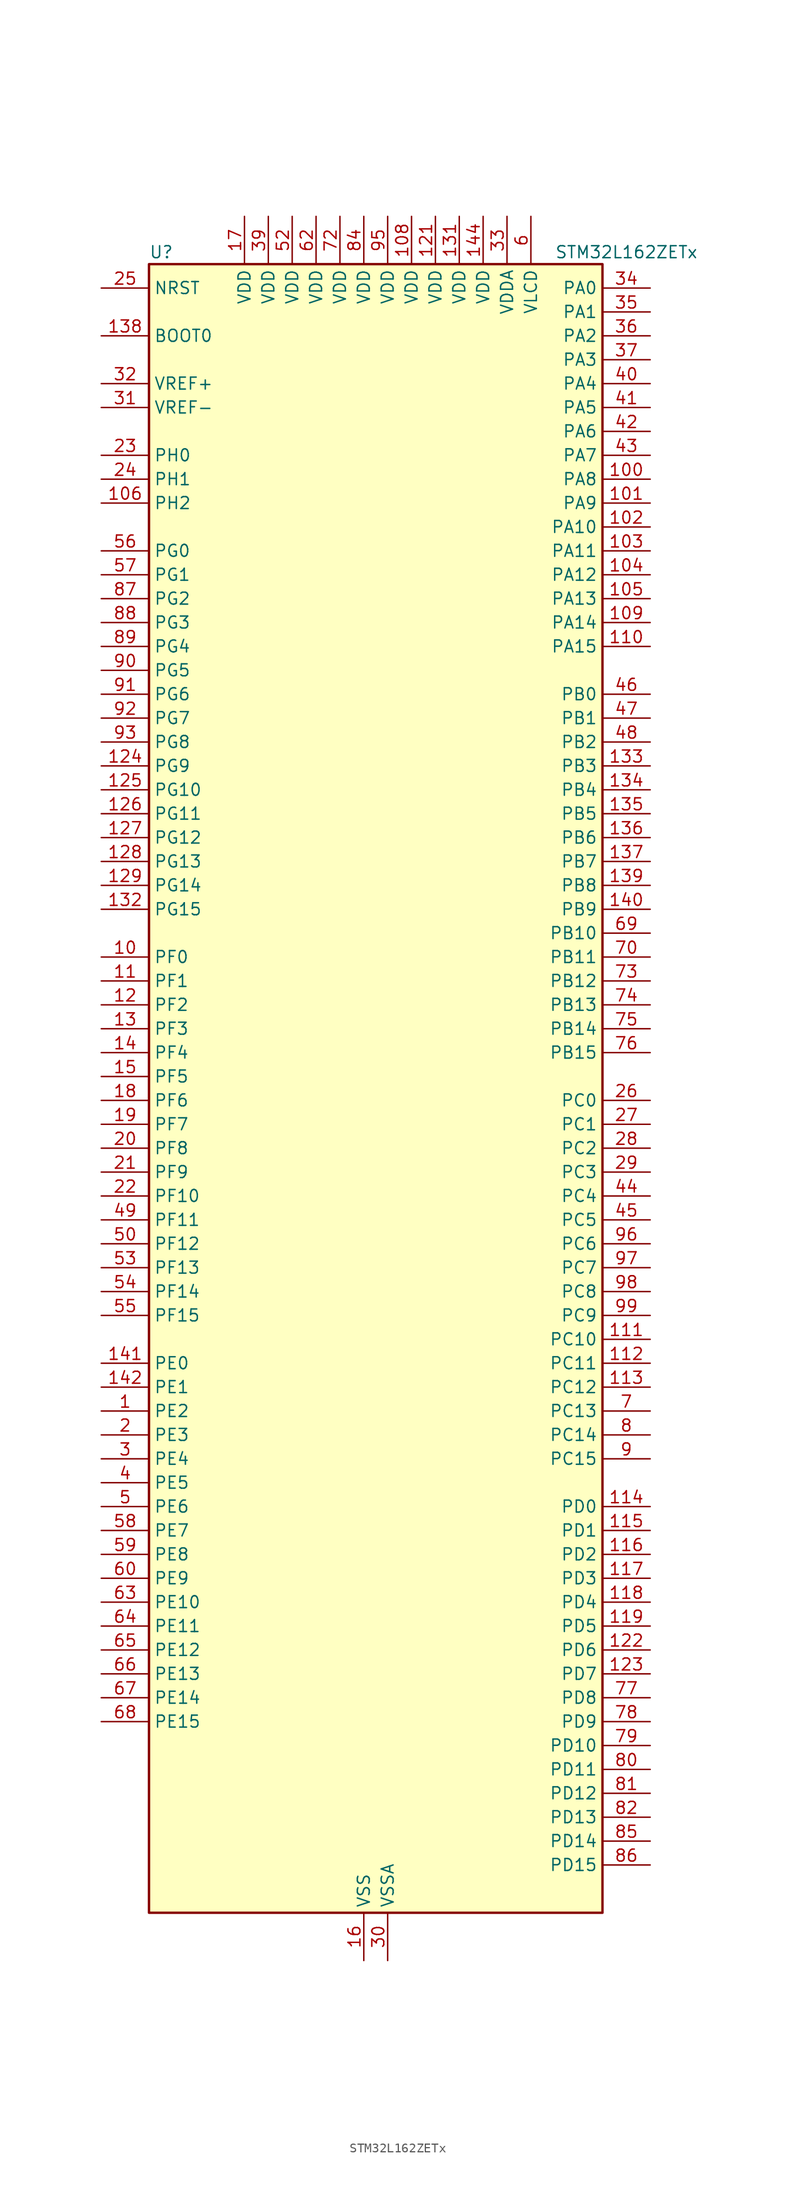
<source format=kicad_sym>
(kicad_symbol_lib
  (version 20231120)
  (generator "kicad_symbol_editor")
  (generator_version "8.0")
  (symbol "STM32L162ZETx"
    (property "Reference" "U"
      (at -22.86 90.17 0)
      (effects (font (size 1.27 1.27)) (justify left)))
    (property "Value" "STM32L162ZETx"
      (at 20.32 90.17 0)
      (effects (font (size 1.27 1.27)) (justify left)))
    (property "ki_locked" ""
      (at 0 0 0)
      (effects (font (size 1.27 1.27))))
    (symbol "STM32L162ZETx_0_1"
      (rectangle (start -22.86 -86.36) (end 25.4 88.9) (stroke (width 0.254) (type default)) (fill (type background))))
    (symbol "STM32L162ZETx_1_1"
      (pin bidirectional line (at -27.94 -33.02 0) (length 5.08) (name "PE2" (effects (font (size 1.27 1.27)))) (number "1" (effects (font (size 1.27 1.27)))) (alternate "LCD_SEG38" bidirectional line) (alternate "SYS_TRACECK" bidirectional line) (alternate "TIM3_ETR" bidirectional line) (alternate "TIMX_IC3" bidirectional line))
      (pin bidirectional line (at -27.94 15.24 0) (length 5.08) (name "PF0" (effects (font (size 1.27 1.27)))) (number "10" (effects (font (size 1.27 1.27)))))
      (pin bidirectional line (at 30.48 66.04 180) (length 5.08) (name "PA8" (effects (font (size 1.27 1.27)))) (number "100" (effects (font (size 1.27 1.27)))) (alternate "LCD_COM0" bidirectional line) (alternate "RCC_MCO" bidirectional line) (alternate "TIMX_IC1" bidirectional line) (alternate "TS_G4_IO1" bidirectional line) (alternate "USART1_CK" bidirectional line))
      (pin bidirectional line (at 30.48 63.5 180) (length 5.08) (name "PA9" (effects (font (size 1.27 1.27)))) (number "101" (effects (font (size 1.27 1.27)))) (alternate "DAC_EXTI9" bidirectional line) (alternate "LCD_COM1" bidirectional line) (alternate "TIMX_IC2" bidirectional line) (alternate "TS_G4_IO2" bidirectional line) (alternate "USART1_TX" bidirectional line))
      (pin bidirectional line (at 30.48 60.96 180) (length 5.08) (name "PA10" (effects (font (size 1.27 1.27)))) (number "102" (effects (font (size 1.27 1.27)))) (alternate "LCD_COM2" bidirectional line) (alternate "TIMX_IC3" bidirectional line) (alternate "TS_G4_IO3" bidirectional line) (alternate "USART1_RX" bidirectional line))
      (pin bidirectional line (at 30.48 58.42 180) (length 5.08) (name "PA11" (effects (font (size 1.27 1.27)))) (number "103" (effects (font (size 1.27 1.27)))) (alternate "ADC_EXTI11" bidirectional line) (alternate "SPI1_MISO" bidirectional line) (alternate "TIMX_IC4" bidirectional line) (alternate "USART1_CTS" bidirectional line) (alternate "USB_DM" bidirectional line))
      (pin bidirectional line (at 30.48 55.88 180) (length 5.08) (name "PA12" (effects (font (size 1.27 1.27)))) (number "104" (effects (font (size 1.27 1.27)))) (alternate "SPI1_MOSI" bidirectional line) (alternate "TIMX_IC1" bidirectional line) (alternate "USART1_RTS" bidirectional line) (alternate "USB_DP" bidirectional line))
      (pin bidirectional line (at 30.48 53.34 180) (length 5.08) (name "PA13" (effects (font (size 1.27 1.27)))) (number "105" (effects (font (size 1.27 1.27)))) (alternate "SYS_JTMS-SWDIO" bidirectional line) (alternate "TIMX_IC2" bidirectional line) (alternate "TS_G5_IO1" bidirectional line))
      (pin bidirectional line (at -27.94 63.5 0) (length 5.08) (name "PH2" (effects (font (size 1.27 1.27)))) (number "106" (effects (font (size 1.27 1.27)))))
      (pin passive line (at 0 -91.44 90) (length 5.08) hide (name "VSS" (effects (font (size 1.27 1.27)))) (number "107" (effects (font (size 1.27 1.27)))))
      (pin power_in line (at 5.08 93.98 270) (length 5.08) (name "VDD" (effects (font (size 1.27 1.27)))) (number "108" (effects (font (size 1.27 1.27)))))
      (pin bidirectional line (at 30.48 50.8 180) (length 5.08) (name "PA14" (effects (font (size 1.27 1.27)))) (number "109" (effects (font (size 1.27 1.27)))) (alternate "SYS_JTCK-SWCLK" bidirectional line) (alternate "TIMX_IC3" bidirectional line) (alternate "TS_G5_IO2" bidirectional line))
      (pin bidirectional line (at -27.94 12.7 0) (length 5.08) (name "PF1" (effects (font (size 1.27 1.27)))) (number "11" (effects (font (size 1.27 1.27)))))
      (pin bidirectional line (at 30.48 48.26 180) (length 5.08) (name "PA15" (effects (font (size 1.27 1.27)))) (number "110" (effects (font (size 1.27 1.27)))) (alternate "ADC_EXTI15" bidirectional line) (alternate "I2S3_WS" bidirectional line) (alternate "LCD_SEG17" bidirectional line) (alternate "SPI1_NSS" bidirectional line) (alternate "SPI3_NSS" bidirectional line) (alternate "SYS_JTDI" bidirectional line) (alternate "TIM2_CH1" bidirectional line) (alternate "TIM2_ETR" bidirectional line) (alternate "TIMX_IC4" bidirectional line) (alternate "TS_G5_IO3" bidirectional line))
      (pin bidirectional line (at 30.48 -25.4 180) (length 5.08) (name "PC10" (effects (font (size 1.27 1.27)))) (number "111" (effects (font (size 1.27 1.27)))) (alternate "I2S3_CK" bidirectional line) (alternate "LCD_COM4" bidirectional line) (alternate "LCD_SEG28" bidirectional line) (alternate "LCD_SEG40" bidirectional line) (alternate "SPI3_SCK" bidirectional line) (alternate "TIMX_IC3" bidirectional line) (alternate "UART4_TX" bidirectional line) (alternate "USART3_TX" bidirectional line))
      (pin bidirectional line (at 30.48 -27.94 180) (length 5.08) (name "PC11" (effects (font (size 1.27 1.27)))) (number "112" (effects (font (size 1.27 1.27)))) (alternate "ADC_EXTI11" bidirectional line) (alternate "LCD_COM5" bidirectional line) (alternate "LCD_SEG29" bidirectional line) (alternate "LCD_SEG41" bidirectional line) (alternate "SPI3_MISO" bidirectional line) (alternate "TIMX_IC4" bidirectional line) (alternate "UART4_RX" bidirectional line) (alternate "USART3_RX" bidirectional line))
      (pin bidirectional line (at 30.48 -30.48 180) (length 5.08) (name "PC12" (effects (font (size 1.27 1.27)))) (number "113" (effects (font (size 1.27 1.27)))) (alternate "I2S3_SD" bidirectional line) (alternate "LCD_COM6" bidirectional line) (alternate "LCD_SEG30" bidirectional line) (alternate "LCD_SEG42" bidirectional line) (alternate "SPI3_MOSI" bidirectional line) (alternate "TIMX_IC1" bidirectional line) (alternate "UART5_TX" bidirectional line) (alternate "USART3_CK" bidirectional line))
      (pin bidirectional line (at 30.48 -43.18 180) (length 5.08) (name "PD0" (effects (font (size 1.27 1.27)))) (number "114" (effects (font (size 1.27 1.27)))) (alternate "I2S2_WS" bidirectional line) (alternate "SPI2_NSS" bidirectional line) (alternate "TIM9_CH1" bidirectional line) (alternate "TIMX_IC1" bidirectional line))
      (pin bidirectional line (at 30.48 -45.72 180) (length 5.08) (name "PD1" (effects (font (size 1.27 1.27)))) (number "115" (effects (font (size 1.27 1.27)))) (alternate "I2S2_CK" bidirectional line) (alternate "SPI2_SCK" bidirectional line) (alternate "TIMX_IC2" bidirectional line))
      (pin bidirectional line (at 30.48 -48.26 180) (length 5.08) (name "PD2" (effects (font (size 1.27 1.27)))) (number "116" (effects (font (size 1.27 1.27)))) (alternate "LCD_COM7" bidirectional line) (alternate "LCD_SEG31" bidirectional line) (alternate "LCD_SEG43" bidirectional line) (alternate "TIM3_ETR" bidirectional line) (alternate "TIMX_IC3" bidirectional line) (alternate "UART5_RX" bidirectional line))
      (pin bidirectional line (at 30.48 -50.8 180) (length 5.08) (name "PD3" (effects (font (size 1.27 1.27)))) (number "117" (effects (font (size 1.27 1.27)))) (alternate "SPI2_MISO" bidirectional line) (alternate "TIMX_IC4" bidirectional line) (alternate "USART2_CTS" bidirectional line))
      (pin bidirectional line (at 30.48 -53.34 180) (length 5.08) (name "PD4" (effects (font (size 1.27 1.27)))) (number "118" (effects (font (size 1.27 1.27)))) (alternate "I2S2_SD" bidirectional line) (alternate "SPI2_MOSI" bidirectional line) (alternate "TIMX_IC1" bidirectional line) (alternate "USART2_RTS" bidirectional line))
      (pin bidirectional line (at 30.48 -55.88 180) (length 5.08) (name "PD5" (effects (font (size 1.27 1.27)))) (number "119" (effects (font (size 1.27 1.27)))) (alternate "TIMX_IC2" bidirectional line) (alternate "USART2_TX" bidirectional line))
      (pin bidirectional line (at -27.94 10.16 0) (length 5.08) (name "PF2" (effects (font (size 1.27 1.27)))) (number "12" (effects (font (size 1.27 1.27)))))
      (pin passive line (at 0 -91.44 90) (length 5.08) hide (name "VSS" (effects (font (size 1.27 1.27)))) (number "120" (effects (font (size 1.27 1.27)))))
      (pin power_in line (at 7.62 93.98 270) (length 5.08) (name "VDD" (effects (font (size 1.27 1.27)))) (number "121" (effects (font (size 1.27 1.27)))))
      (pin bidirectional line (at 30.48 -58.42 180) (length 5.08) (name "PD6" (effects (font (size 1.27 1.27)))) (number "122" (effects (font (size 1.27 1.27)))) (alternate "TIMX_IC3" bidirectional line) (alternate "USART2_RX" bidirectional line))
      (pin bidirectional line (at 30.48 -60.96 180) (length 5.08) (name "PD7" (effects (font (size 1.27 1.27)))) (number "123" (effects (font (size 1.27 1.27)))) (alternate "TIM9_CH2" bidirectional line) (alternate "TIMX_IC4" bidirectional line) (alternate "USART2_CK" bidirectional line))
      (pin bidirectional line (at -27.94 35.56 0) (length 5.08) (name "PG9" (effects (font (size 1.27 1.27)))) (number "124" (effects (font (size 1.27 1.27)))) (alternate "DAC_EXTI9" bidirectional line))
      (pin bidirectional line (at -27.94 33.02 0) (length 5.08) (name "PG10" (effects (font (size 1.27 1.27)))) (number "125" (effects (font (size 1.27 1.27)))))
      (pin bidirectional line (at -27.94 30.48 0) (length 5.08) (name "PG11" (effects (font (size 1.27 1.27)))) (number "126" (effects (font (size 1.27 1.27)))) (alternate "ADC_EXTI11" bidirectional line))
      (pin bidirectional line (at -27.94 27.94 0) (length 5.08) (name "PG12" (effects (font (size 1.27 1.27)))) (number "127" (effects (font (size 1.27 1.27)))))
      (pin bidirectional line (at -27.94 25.4 0) (length 5.08) (name "PG13" (effects (font (size 1.27 1.27)))) (number "128" (effects (font (size 1.27 1.27)))))
      (pin bidirectional line (at -27.94 22.86 0) (length 5.08) (name "PG14" (effects (font (size 1.27 1.27)))) (number "129" (effects (font (size 1.27 1.27)))))
      (pin bidirectional line (at -27.94 7.62 0) (length 5.08) (name "PF3" (effects (font (size 1.27 1.27)))) (number "13" (effects (font (size 1.27 1.27)))))
      (pin passive line (at 0 -91.44 90) (length 5.08) hide (name "VSS" (effects (font (size 1.27 1.27)))) (number "130" (effects (font (size 1.27 1.27)))))
      (pin power_in line (at 10.16 93.98 270) (length 5.08) (name "VDD" (effects (font (size 1.27 1.27)))) (number "131" (effects (font (size 1.27 1.27)))))
      (pin bidirectional line (at -27.94 20.32 0) (length 5.08) (name "PG15" (effects (font (size 1.27 1.27)))) (number "132" (effects (font (size 1.27 1.27)))) (alternate "ADC_EXTI15" bidirectional line))
      (pin bidirectional line (at 30.48 35.56 180) (length 5.08) (name "PB3" (effects (font (size 1.27 1.27)))) (number "133" (effects (font (size 1.27 1.27)))) (alternate "COMP2_INM" bidirectional line) (alternate "I2S3_CK" bidirectional line) (alternate "LCD_SEG7" bidirectional line) (alternate "SPI1_SCK" bidirectional line) (alternate "SPI3_SCK" bidirectional line) (alternate "SYS_JTDO-TRACESWO" bidirectional line) (alternate "TIM2_CH2" bidirectional line))
      (pin bidirectional line (at 30.48 33.02 180) (length 5.08) (name "PB4" (effects (font (size 1.27 1.27)))) (number "134" (effects (font (size 1.27 1.27)))) (alternate "COMP2_INP" bidirectional line) (alternate "LCD_SEG8" bidirectional line) (alternate "SPI1_MISO" bidirectional line) (alternate "SPI3_MISO" bidirectional line) (alternate "SYS_JTRST" bidirectional line) (alternate "TIM3_CH1" bidirectional line) (alternate "TS_G6_IO1" bidirectional line))
      (pin bidirectional line (at 30.48 30.48 180) (length 5.08) (name "PB5" (effects (font (size 1.27 1.27)))) (number "135" (effects (font (size 1.27 1.27)))) (alternate "COMP2_INP" bidirectional line) (alternate "I2C1_SMBA" bidirectional line) (alternate "I2S3_SD" bidirectional line) (alternate "LCD_SEG9" bidirectional line) (alternate "SPI1_MOSI" bidirectional line) (alternate "SPI3_MOSI" bidirectional line) (alternate "TIM3_CH2" bidirectional line) (alternate "TS_G6_IO2" bidirectional line))
      (pin bidirectional line (at 30.48 27.94 180) (length 5.08) (name "PB6" (effects (font (size 1.27 1.27)))) (number "136" (effects (font (size 1.27 1.27)))) (alternate "COMP2_INP" bidirectional line) (alternate "I2C1_SCL" bidirectional line) (alternate "TIM4_CH1" bidirectional line) (alternate "TS_G6_IO3" bidirectional line) (alternate "USART1_TX" bidirectional line))
      (pin bidirectional line (at 30.48 25.4 180) (length 5.08) (name "PB7" (effects (font (size 1.27 1.27)))) (number "137" (effects (font (size 1.27 1.27)))) (alternate "COMP2_INP" bidirectional line) (alternate "I2C1_SDA" bidirectional line) (alternate "SYS_PVD_IN" bidirectional line) (alternate "TIM4_CH2" bidirectional line) (alternate "TS_G6_IO4" bidirectional line) (alternate "USART1_RX" bidirectional line))
      (pin input line (at -27.94 81.28 0) (length 5.08) (name "BOOT0" (effects (font (size 1.27 1.27)))) (number "138" (effects (font (size 1.27 1.27)))))
      (pin bidirectional line (at 30.48 22.86 180) (length 5.08) (name "PB8" (effects (font (size 1.27 1.27)))) (number "139" (effects (font (size 1.27 1.27)))) (alternate "I2C1_SCL" bidirectional line) (alternate "LCD_SEG16" bidirectional line) (alternate "TIM10_CH1" bidirectional line) (alternate "TIM4_CH3" bidirectional line))
      (pin bidirectional line (at -27.94 5.08 0) (length 5.08) (name "PF4" (effects (font (size 1.27 1.27)))) (number "14" (effects (font (size 1.27 1.27)))))
      (pin bidirectional line (at 30.48 20.32 180) (length 5.08) (name "PB9" (effects (font (size 1.27 1.27)))) (number "140" (effects (font (size 1.27 1.27)))) (alternate "DAC_EXTI9" bidirectional line) (alternate "I2C1_SDA" bidirectional line) (alternate "LCD_COM3" bidirectional line) (alternate "TIM11_CH1" bidirectional line) (alternate "TIM4_CH4" bidirectional line))
      (pin bidirectional line (at -27.94 -27.94 0) (length 5.08) (name "PE0" (effects (font (size 1.27 1.27)))) (number "141" (effects (font (size 1.27 1.27)))) (alternate "LCD_SEG36" bidirectional line) (alternate "TIM10_CH1" bidirectional line) (alternate "TIM4_ETR" bidirectional line) (alternate "TIMX_IC1" bidirectional line))
      (pin bidirectional line (at -27.94 -30.48 0) (length 5.08) (name "PE1" (effects (font (size 1.27 1.27)))) (number "142" (effects (font (size 1.27 1.27)))) (alternate "LCD_SEG37" bidirectional line) (alternate "TIM11_CH1" bidirectional line) (alternate "TIMX_IC2" bidirectional line))
      (pin passive line (at 0 -91.44 90) (length 5.08) hide (name "VSS" (effects (font (size 1.27 1.27)))) (number "143" (effects (font (size 1.27 1.27)))))
      (pin power_in line (at 12.7 93.98 270) (length 5.08) (name "VDD" (effects (font (size 1.27 1.27)))) (number "144" (effects (font (size 1.27 1.27)))))
      (pin bidirectional line (at -27.94 2.54 0) (length 5.08) (name "PF5" (effects (font (size 1.27 1.27)))) (number "15" (effects (font (size 1.27 1.27)))))
      (pin power_in line (at 0 -91.44 90) (length 5.08) (name "VSS" (effects (font (size 1.27 1.27)))) (number "16" (effects (font (size 1.27 1.27)))))
      (pin power_in line (at -12.7 93.98 270) (length 5.08) (name "VDD" (effects (font (size 1.27 1.27)))) (number "17" (effects (font (size 1.27 1.27)))))
      (pin bidirectional line (at -27.94 0 0) (length 5.08) (name "PF6" (effects (font (size 1.27 1.27)))) (number "18" (effects (font (size 1.27 1.27)))) (alternate "ADC_IN27" bidirectional line) (alternate "TIM5_CH1" bidirectional line) (alternate "TIM5_ETR" bidirectional line) (alternate "TS_G11_IO1" bidirectional line))
      (pin bidirectional line (at -27.94 -2.54 0) (length 5.08) (name "PF7" (effects (font (size 1.27 1.27)))) (number "19" (effects (font (size 1.27 1.27)))) (alternate "ADC_IN28" bidirectional line) (alternate "COMP1_INP" bidirectional line) (alternate "TIM5_CH2" bidirectional line) (alternate "TS_G11_IO2" bidirectional line))
      (pin bidirectional line (at -27.94 -35.56 0) (length 5.08) (name "PE3" (effects (font (size 1.27 1.27)))) (number "2" (effects (font (size 1.27 1.27)))) (alternate "LCD_SEG39" bidirectional line) (alternate "SYS_TRACED0" bidirectional line) (alternate "TIM3_CH1" bidirectional line) (alternate "TIMX_IC4" bidirectional line))
      (pin bidirectional line (at -27.94 -5.08 0) (length 5.08) (name "PF8" (effects (font (size 1.27 1.27)))) (number "20" (effects (font (size 1.27 1.27)))) (alternate "ADC_IN29" bidirectional line) (alternate "COMP1_INP" bidirectional line) (alternate "TIM5_CH3" bidirectional line) (alternate "TS_G11_IO3" bidirectional line))
      (pin bidirectional line (at -27.94 -7.62 0) (length 5.08) (name "PF9" (effects (font (size 1.27 1.27)))) (number "21" (effects (font (size 1.27 1.27)))) (alternate "ADC_IN30" bidirectional line) (alternate "COMP1_INP" bidirectional line) (alternate "DAC_EXTI9" bidirectional line) (alternate "TIM5_CH4" bidirectional line) (alternate "TS_G11_IO4" bidirectional line))
      (pin bidirectional line (at -27.94 -10.16 0) (length 5.08) (name "PF10" (effects (font (size 1.27 1.27)))) (number "22" (effects (font (size 1.27 1.27)))) (alternate "ADC_IN31" bidirectional line) (alternate "COMP1_INP" bidirectional line) (alternate "TS_G11_IO5" bidirectional line))
      (pin bidirectional line (at -27.94 68.58 0) (length 5.08) (name "PH0" (effects (font (size 1.27 1.27)))) (number "23" (effects (font (size 1.27 1.27)))) (alternate "RCC_OSC_IN" bidirectional line))
      (pin bidirectional line (at -27.94 66.04 0) (length 5.08) (name "PH1" (effects (font (size 1.27 1.27)))) (number "24" (effects (font (size 1.27 1.27)))) (alternate "RCC_OSC_OUT" bidirectional line))
      (pin input line (at -27.94 86.36 0) (length 5.08) (name "NRST" (effects (font (size 1.27 1.27)))) (number "25" (effects (font (size 1.27 1.27)))))
      (pin bidirectional line (at 30.48 0 180) (length 5.08) (name "PC0" (effects (font (size 1.27 1.27)))) (number "26" (effects (font (size 1.27 1.27)))) (alternate "ADC_IN10" bidirectional line) (alternate "COMP1_INP" bidirectional line) (alternate "LCD_SEG18" bidirectional line) (alternate "TIMX_IC1" bidirectional line) (alternate "TS_G8_IO1" bidirectional line))
      (pin bidirectional line (at 30.48 -2.54 180) (length 5.08) (name "PC1" (effects (font (size 1.27 1.27)))) (number "27" (effects (font (size 1.27 1.27)))) (alternate "ADC_IN11" bidirectional line) (alternate "COMP1_INP" bidirectional line) (alternate "LCD_SEG19" bidirectional line) (alternate "TIMX_IC2" bidirectional line) (alternate "TS_G8_IO2" bidirectional line))
      (pin bidirectional line (at 30.48 -5.08 180) (length 5.08) (name "PC2" (effects (font (size 1.27 1.27)))) (number "28" (effects (font (size 1.27 1.27)))) (alternate "ADC_IN12" bidirectional line) (alternate "COMP1_INP" bidirectional line) (alternate "LCD_SEG20" bidirectional line) (alternate "TIMX_IC3" bidirectional line) (alternate "TS_G8_IO3" bidirectional line))
      (pin bidirectional line (at 30.48 -7.62 180) (length 5.08) (name "PC3" (effects (font (size 1.27 1.27)))) (number "29" (effects (font (size 1.27 1.27)))) (alternate "ADC_IN13" bidirectional line) (alternate "COMP1_INP" bidirectional line) (alternate "LCD_SEG21" bidirectional line) (alternate "TIMX_IC4" bidirectional line) (alternate "TS_G8_IO4" bidirectional line))
      (pin bidirectional line (at -27.94 -38.1 0) (length 5.08) (name "PE4" (effects (font (size 1.27 1.27)))) (number "3" (effects (font (size 1.27 1.27)))) (alternate "SYS_TRACED1" bidirectional line) (alternate "TIM3_CH2" bidirectional line) (alternate "TIMX_IC1" bidirectional line))
      (pin power_in line (at 2.54 -91.44 90) (length 5.08) (name "VSSA" (effects (font (size 1.27 1.27)))) (number "30" (effects (font (size 1.27 1.27)))))
      (pin input line (at -27.94 73.66 0) (length 5.08) (name "VREF-" (effects (font (size 1.27 1.27)))) (number "31" (effects (font (size 1.27 1.27)))))
      (pin input line (at -27.94 76.2 0) (length 5.08) (name "VREF+" (effects (font (size 1.27 1.27)))) (number "32" (effects (font (size 1.27 1.27)))))
      (pin power_in line (at 15.24 93.98 270) (length 5.08) (name "VDDA" (effects (font (size 1.27 1.27)))) (number "33" (effects (font (size 1.27 1.27)))))
      (pin bidirectional line (at 30.48 86.36 180) (length 5.08) (name "PA0" (effects (font (size 1.27 1.27)))) (number "34" (effects (font (size 1.27 1.27)))) (alternate "ADC_IN0" bidirectional line) (alternate "COMP1_INP" bidirectional line) (alternate "RTC_TAMP2" bidirectional line) (alternate "SYS_WKUP1" bidirectional line) (alternate "TIM2_CH1" bidirectional line) (alternate "TIM2_ETR" bidirectional line) (alternate "TIM5_CH1" bidirectional line) (alternate "TIMX_IC1" bidirectional line) (alternate "TS_G1_IO1" bidirectional line) (alternate "USART2_CTS" bidirectional line))
      (pin bidirectional line (at 30.48 83.82 180) (length 5.08) (name "PA1" (effects (font (size 1.27 1.27)))) (number "35" (effects (font (size 1.27 1.27)))) (alternate "ADC_IN1" bidirectional line) (alternate "COMP1_INP" bidirectional line) (alternate "LCD_SEG0" bidirectional line) (alternate "OPAMP1_VINP" bidirectional line) (alternate "TIM2_CH2" bidirectional line) (alternate "TIM5_CH2" bidirectional line) (alternate "TIMX_IC2" bidirectional line) (alternate "TS_G1_IO2" bidirectional line) (alternate "USART2_RTS" bidirectional line))
      (pin bidirectional line (at 30.48 81.28 180) (length 5.08) (name "PA2" (effects (font (size 1.27 1.27)))) (number "36" (effects (font (size 1.27 1.27)))) (alternate "ADC_IN2" bidirectional line) (alternate "COMP1_INP" bidirectional line) (alternate "LCD_SEG1" bidirectional line) (alternate "OPAMP1_VINM" bidirectional line) (alternate "TIM2_CH3" bidirectional line) (alternate "TIM5_CH3" bidirectional line) (alternate "TIM9_CH1" bidirectional line) (alternate "TIMX_IC3" bidirectional line) (alternate "TS_G1_IO3" bidirectional line) (alternate "USART2_TX" bidirectional line))
      (pin bidirectional line (at 30.48 78.74 180) (length 5.08) (name "PA3" (effects (font (size 1.27 1.27)))) (number "37" (effects (font (size 1.27 1.27)))) (alternate "ADC_IN3" bidirectional line) (alternate "COMP1_INP" bidirectional line) (alternate "LCD_SEG2" bidirectional line) (alternate "OPAMP1_VOUT" bidirectional line) (alternate "TIM2_CH4" bidirectional line) (alternate "TIM5_CH4" bidirectional line) (alternate "TIM9_CH2" bidirectional line) (alternate "TIMX_IC4" bidirectional line) (alternate "TS_G1_IO4" bidirectional line) (alternate "USART2_RX" bidirectional line))
      (pin passive line (at 0 -91.44 90) (length 5.08) hide (name "VSS" (effects (font (size 1.27 1.27)))) (number "38" (effects (font (size 1.27 1.27)))))
      (pin power_in line (at -10.16 93.98 270) (length 5.08) (name "VDD" (effects (font (size 1.27 1.27)))) (number "39" (effects (font (size 1.27 1.27)))))
      (pin bidirectional line (at -27.94 -40.64 0) (length 5.08) (name "PE5" (effects (font (size 1.27 1.27)))) (number "4" (effects (font (size 1.27 1.27)))) (alternate "SYS_TRACED2" bidirectional line) (alternate "TIM9_CH1" bidirectional line) (alternate "TIMX_IC2" bidirectional line))
      (pin bidirectional line (at 30.48 76.2 180) (length 5.08) (name "PA4" (effects (font (size 1.27 1.27)))) (number "40" (effects (font (size 1.27 1.27)))) (alternate "ADC_IN4" bidirectional line) (alternate "COMP1_INP" bidirectional line) (alternate "DAC_OUT1" bidirectional line) (alternate "I2S3_WS" bidirectional line) (alternate "SPI1_NSS" bidirectional line) (alternate "SPI3_NSS" bidirectional line) (alternate "TIMX_IC1" bidirectional line) (alternate "USART2_CK" bidirectional line))
      (pin bidirectional line (at 30.48 73.66 180) (length 5.08) (name "PA5" (effects (font (size 1.27 1.27)))) (number "41" (effects (font (size 1.27 1.27)))) (alternate "ADC_IN5" bidirectional line) (alternate "COMP1_INP" bidirectional line) (alternate "DAC_OUT2" bidirectional line) (alternate "SPI1_SCK" bidirectional line) (alternate "TIM2_CH1" bidirectional line) (alternate "TIM2_ETR" bidirectional line) (alternate "TIMX_IC2" bidirectional line))
      (pin bidirectional line (at 30.48 71.12 180) (length 5.08) (name "PA6" (effects (font (size 1.27 1.27)))) (number "42" (effects (font (size 1.27 1.27)))) (alternate "ADC_IN6" bidirectional line) (alternate "COMP1_INP" bidirectional line) (alternate "LCD_SEG3" bidirectional line) (alternate "OPAMP2_VINP" bidirectional line) (alternate "SPI1_MISO" bidirectional line) (alternate "TIM10_CH1" bidirectional line) (alternate "TIM3_CH1" bidirectional line) (alternate "TIMX_IC3" bidirectional line) (alternate "TS_G2_IO1" bidirectional line))
      (pin bidirectional line (at 30.48 68.58 180) (length 5.08) (name "PA7" (effects (font (size 1.27 1.27)))) (number "43" (effects (font (size 1.27 1.27)))) (alternate "ADC_IN7" bidirectional line) (alternate "COMP1_INP" bidirectional line) (alternate "LCD_SEG4" bidirectional line) (alternate "OPAMP2_VINM" bidirectional line) (alternate "SPI1_MOSI" bidirectional line) (alternate "TIM11_CH1" bidirectional line) (alternate "TIM3_CH2" bidirectional line) (alternate "TIMX_IC4" bidirectional line) (alternate "TS_G2_IO2" bidirectional line))
      (pin bidirectional line (at 30.48 -10.16 180) (length 5.08) (name "PC4" (effects (font (size 1.27 1.27)))) (number "44" (effects (font (size 1.27 1.27)))) (alternate "ADC_IN14" bidirectional line) (alternate "COMP1_INP" bidirectional line) (alternate "LCD_SEG22" bidirectional line) (alternate "TIMX_IC1" bidirectional line) (alternate "TS_G9_IO1" bidirectional line))
      (pin bidirectional line (at 30.48 -12.7 180) (length 5.08) (name "PC5" (effects (font (size 1.27 1.27)))) (number "45" (effects (font (size 1.27 1.27)))) (alternate "ADC_IN15" bidirectional line) (alternate "COMP1_INP" bidirectional line) (alternate "LCD_SEG23" bidirectional line) (alternate "TIMX_IC2" bidirectional line) (alternate "TS_G9_IO2" bidirectional line))
      (pin bidirectional line (at 30.48 43.18 180) (length 5.08) (name "PB0" (effects (font (size 1.27 1.27)))) (number "46" (effects (font (size 1.27 1.27)))) (alternate "ADC_IN8" bidirectional line) (alternate "COMP1_INP" bidirectional line) (alternate "LCD_SEG5" bidirectional line) (alternate "OPAMP2_VOUT" bidirectional line) (alternate "SYS_V_REF_OUT" bidirectional line) (alternate "TIM3_CH3" bidirectional line) (alternate "TS_G3_IO1" bidirectional line))
      (pin bidirectional line (at 30.48 40.64 180) (length 5.08) (name "PB1" (effects (font (size 1.27 1.27)))) (number "47" (effects (font (size 1.27 1.27)))) (alternate "ADC_IN9" bidirectional line) (alternate "COMP1_INP" bidirectional line) (alternate "LCD_SEG6" bidirectional line) (alternate "SYS_V_REF_OUT" bidirectional line) (alternate "TIM3_CH4" bidirectional line) (alternate "TS_G3_IO2" bidirectional line))
      (pin bidirectional line (at 30.48 38.1 180) (length 5.08) (name "PB2" (effects (font (size 1.27 1.27)))) (number "48" (effects (font (size 1.27 1.27)))) (alternate "ADC_IN0b" bidirectional line) (alternate "TS_G3_IO3" bidirectional line))
      (pin bidirectional line (at -27.94 -12.7 0) (length 5.08) (name "PF11" (effects (font (size 1.27 1.27)))) (number "49" (effects (font (size 1.27 1.27)))) (alternate "ADC_EXTI11" bidirectional line) (alternate "ADC_IN1b" bidirectional line) (alternate "TS_G3_IO4" bidirectional line))
      (pin bidirectional line (at -27.94 -43.18 0) (length 5.08) (name "PE6" (effects (font (size 1.27 1.27)))) (number "5" (effects (font (size 1.27 1.27)))) (alternate "RTC_TAMP3" bidirectional line) (alternate "SYS_TRACED3" bidirectional line) (alternate "SYS_WKUP3" bidirectional line) (alternate "TIM9_CH2" bidirectional line) (alternate "TIMX_IC3" bidirectional line))
      (pin bidirectional line (at -27.94 -15.24 0) (length 5.08) (name "PF12" (effects (font (size 1.27 1.27)))) (number "50" (effects (font (size 1.27 1.27)))) (alternate "ADC_IN2b" bidirectional line) (alternate "TS_G3_IO5" bidirectional line))
      (pin passive line (at 0 -91.44 90) (length 5.08) hide (name "VSS" (effects (font (size 1.27 1.27)))) (number "51" (effects (font (size 1.27 1.27)))))
      (pin power_in line (at -7.62 93.98 270) (length 5.08) (name "VDD" (effects (font (size 1.27 1.27)))) (number "52" (effects (font (size 1.27 1.27)))))
      (pin bidirectional line (at -27.94 -17.78 0) (length 5.08) (name "PF13" (effects (font (size 1.27 1.27)))) (number "53" (effects (font (size 1.27 1.27)))) (alternate "ADC_IN3b" bidirectional line) (alternate "TS_G9_IO3" bidirectional line))
      (pin bidirectional line (at -27.94 -20.32 0) (length 5.08) (name "PF14" (effects (font (size 1.27 1.27)))) (number "54" (effects (font (size 1.27 1.27)))) (alternate "ADC_IN6b" bidirectional line) (alternate "TS_G9_IO4" bidirectional line))
      (pin bidirectional line (at -27.94 -22.86 0) (length 5.08) (name "PF15" (effects (font (size 1.27 1.27)))) (number "55" (effects (font (size 1.27 1.27)))) (alternate "ADC_EXTI15" bidirectional line) (alternate "ADC_IN7b" bidirectional line) (alternate "TS_G2_IO3" bidirectional line))
      (pin bidirectional line (at -27.94 58.42 0) (length 5.08) (name "PG0" (effects (font (size 1.27 1.27)))) (number "56" (effects (font (size 1.27 1.27)))) (alternate "ADC_IN8b" bidirectional line) (alternate "TS_G2_IO4" bidirectional line))
      (pin bidirectional line (at -27.94 55.88 0) (length 5.08) (name "PG1" (effects (font (size 1.27 1.27)))) (number "57" (effects (font (size 1.27 1.27)))) (alternate "ADC_IN9b" bidirectional line) (alternate "TS_G2_IO5" bidirectional line))
      (pin bidirectional line (at -27.94 -45.72 0) (length 5.08) (name "PE7" (effects (font (size 1.27 1.27)))) (number "58" (effects (font (size 1.27 1.27)))) (alternate "ADC_IN22" bidirectional line) (alternate "COMP1_INP" bidirectional line) (alternate "TIMX_IC4" bidirectional line))
      (pin bidirectional line (at -27.94 -48.26 0) (length 5.08) (name "PE8" (effects (font (size 1.27 1.27)))) (number "59" (effects (font (size 1.27 1.27)))) (alternate "ADC_IN23" bidirectional line) (alternate "COMP1_INP" bidirectional line) (alternate "TIMX_IC1" bidirectional line))
      (pin power_in line (at 17.78 93.98 270) (length 5.08) (name "VLCD" (effects (font (size 1.27 1.27)))) (number "6" (effects (font (size 1.27 1.27)))))
      (pin bidirectional line (at -27.94 -50.8 0) (length 5.08) (name "PE9" (effects (font (size 1.27 1.27)))) (number "60" (effects (font (size 1.27 1.27)))) (alternate "ADC_IN24" bidirectional line) (alternate "COMP1_INP" bidirectional line) (alternate "DAC_EXTI9" bidirectional line) (alternate "TIM2_CH1" bidirectional line) (alternate "TIM2_ETR" bidirectional line) (alternate "TIMX_IC2" bidirectional line))
      (pin passive line (at 0 -91.44 90) (length 5.08) hide (name "VSS" (effects (font (size 1.27 1.27)))) (number "61" (effects (font (size 1.27 1.27)))))
      (pin power_in line (at -5.08 93.98 270) (length 5.08) (name "VDD" (effects (font (size 1.27 1.27)))) (number "62" (effects (font (size 1.27 1.27)))))
      (pin bidirectional line (at -27.94 -53.34 0) (length 5.08) (name "PE10" (effects (font (size 1.27 1.27)))) (number "63" (effects (font (size 1.27 1.27)))) (alternate "ADC_IN25" bidirectional line) (alternate "COMP1_INP" bidirectional line) (alternate "TIM2_CH2" bidirectional line) (alternate "TIMX_IC3" bidirectional line))
      (pin bidirectional line (at -27.94 -55.88 0) (length 5.08) (name "PE11" (effects (font (size 1.27 1.27)))) (number "64" (effects (font (size 1.27 1.27)))) (alternate "ADC_EXTI11" bidirectional line) (alternate "TIM2_CH3" bidirectional line) (alternate "TIMX_IC4" bidirectional line))
      (pin bidirectional line (at -27.94 -58.42 0) (length 5.08) (name "PE12" (effects (font (size 1.27 1.27)))) (number "65" (effects (font (size 1.27 1.27)))) (alternate "SPI1_NSS" bidirectional line) (alternate "TIM2_CH4" bidirectional line) (alternate "TIMX_IC1" bidirectional line))
      (pin bidirectional line (at -27.94 -60.96 0) (length 5.08) (name "PE13" (effects (font (size 1.27 1.27)))) (number "66" (effects (font (size 1.27 1.27)))) (alternate "SPI1_SCK" bidirectional line) (alternate "TIMX_IC2" bidirectional line))
      (pin bidirectional line (at -27.94 -63.5 0) (length 5.08) (name "PE14" (effects (font (size 1.27 1.27)))) (number "67" (effects (font (size 1.27 1.27)))) (alternate "SPI1_MISO" bidirectional line) (alternate "TIMX_IC3" bidirectional line))
      (pin bidirectional line (at -27.94 -66.04 0) (length 5.08) (name "PE15" (effects (font (size 1.27 1.27)))) (number "68" (effects (font (size 1.27 1.27)))) (alternate "ADC_EXTI15" bidirectional line) (alternate "SPI1_MOSI" bidirectional line) (alternate "TIMX_IC4" bidirectional line))
      (pin bidirectional line (at 30.48 17.78 180) (length 5.08) (name "PB10" (effects (font (size 1.27 1.27)))) (number "69" (effects (font (size 1.27 1.27)))) (alternate "I2C2_SCL" bidirectional line) (alternate "LCD_SEG10" bidirectional line) (alternate "TIM2_CH3" bidirectional line) (alternate "USART3_TX" bidirectional line))
      (pin bidirectional line (at 30.48 -33.02 180) (length 5.08) (name "PC13" (effects (font (size 1.27 1.27)))) (number "7" (effects (font (size 1.27 1.27)))) (alternate "RTC_OUT_ALARM" bidirectional line) (alternate "RTC_OUT_CALIB" bidirectional line) (alternate "RTC_TAMP1" bidirectional line) (alternate "RTC_TS" bidirectional line) (alternate "SYS_WKUP2" bidirectional line) (alternate "TIMX_IC2" bidirectional line))
      (pin bidirectional line (at 30.48 15.24 180) (length 5.08) (name "PB11" (effects (font (size 1.27 1.27)))) (number "70" (effects (font (size 1.27 1.27)))) (alternate "ADC_EXTI11" bidirectional line) (alternate "I2C2_SDA" bidirectional line) (alternate "LCD_SEG11" bidirectional line) (alternate "TIM2_CH4" bidirectional line) (alternate "USART3_RX" bidirectional line))
      (pin passive line (at 0 -91.44 90) (length 5.08) hide (name "VSS" (effects (font (size 1.27 1.27)))) (number "71" (effects (font (size 1.27 1.27)))))
      (pin power_in line (at -2.54 93.98 270) (length 5.08) (name "VDD" (effects (font (size 1.27 1.27)))) (number "72" (effects (font (size 1.27 1.27)))))
      (pin bidirectional line (at 30.48 12.7 180) (length 5.08) (name "PB12" (effects (font (size 1.27 1.27)))) (number "73" (effects (font (size 1.27 1.27)))) (alternate "ADC_IN18" bidirectional line) (alternate "COMP1_INP" bidirectional line) (alternate "I2C2_SMBA" bidirectional line) (alternate "I2S2_WS" bidirectional line) (alternate "LCD_SEG12" bidirectional line) (alternate "SPI2_NSS" bidirectional line) (alternate "TIM10_CH1" bidirectional line) (alternate "TS_G7_IO1" bidirectional line) (alternate "USART3_CK" bidirectional line))
      (pin bidirectional line (at 30.48 10.16 180) (length 5.08) (name "PB13" (effects (font (size 1.27 1.27)))) (number "74" (effects (font (size 1.27 1.27)))) (alternate "ADC_IN19" bidirectional line) (alternate "COMP1_INP" bidirectional line) (alternate "I2S2_CK" bidirectional line) (alternate "LCD_SEG13" bidirectional line) (alternate "SPI2_SCK" bidirectional line) (alternate "TIM9_CH1" bidirectional line) (alternate "TS_G7_IO2" bidirectional line) (alternate "USART3_CTS" bidirectional line))
      (pin bidirectional line (at 30.48 7.62 180) (length 5.08) (name "PB14" (effects (font (size 1.27 1.27)))) (number "75" (effects (font (size 1.27 1.27)))) (alternate "ADC_IN20" bidirectional line) (alternate "COMP1_INP" bidirectional line) (alternate "LCD_SEG14" bidirectional line) (alternate "SPI2_MISO" bidirectional line) (alternate "TIM9_CH2" bidirectional line) (alternate "TS_G7_IO3" bidirectional line) (alternate "USART3_RTS" bidirectional line))
      (pin bidirectional line (at 30.48 5.08 180) (length 5.08) (name "PB15" (effects (font (size 1.27 1.27)))) (number "76" (effects (font (size 1.27 1.27)))) (alternate "ADC_EXTI15" bidirectional line) (alternate "ADC_IN21" bidirectional line) (alternate "COMP1_INP" bidirectional line) (alternate "I2S2_SD" bidirectional line) (alternate "LCD_SEG15" bidirectional line) (alternate "RTC_REFIN" bidirectional line) (alternate "SPI2_MOSI" bidirectional line) (alternate "TIM11_CH1" bidirectional line) (alternate "TS_G7_IO4" bidirectional line))
      (pin bidirectional line (at 30.48 -63.5 180) (length 5.08) (name "PD8" (effects (font (size 1.27 1.27)))) (number "77" (effects (font (size 1.27 1.27)))) (alternate "LCD_SEG28" bidirectional line) (alternate "TIMX_IC1" bidirectional line) (alternate "USART3_TX" bidirectional line))
      (pin bidirectional line (at 30.48 -66.04 180) (length 5.08) (name "PD9" (effects (font (size 1.27 1.27)))) (number "78" (effects (font (size 1.27 1.27)))) (alternate "DAC_EXTI9" bidirectional line) (alternate "LCD_SEG29" bidirectional line) (alternate "TIMX_IC2" bidirectional line) (alternate "USART3_RX" bidirectional line))
      (pin bidirectional line (at 30.48 -68.58 180) (length 5.08) (name "PD10" (effects (font (size 1.27 1.27)))) (number "79" (effects (font (size 1.27 1.27)))) (alternate "LCD_SEG30" bidirectional line) (alternate "TIMX_IC3" bidirectional line) (alternate "USART3_CK" bidirectional line))
      (pin bidirectional line (at 30.48 -35.56 180) (length 5.08) (name "PC14" (effects (font (size 1.27 1.27)))) (number "8" (effects (font (size 1.27 1.27)))) (alternate "RCC_OSC32_IN" bidirectional line) (alternate "TIMX_IC3" bidirectional line))
      (pin bidirectional line (at 30.48 -71.12 180) (length 5.08) (name "PD11" (effects (font (size 1.27 1.27)))) (number "80" (effects (font (size 1.27 1.27)))) (alternate "ADC_EXTI11" bidirectional line) (alternate "LCD_SEG31" bidirectional line) (alternate "TIMX_IC4" bidirectional line) (alternate "USART3_CTS" bidirectional line))
      (pin bidirectional line (at 30.48 -73.66 180) (length 5.08) (name "PD12" (effects (font (size 1.27 1.27)))) (number "81" (effects (font (size 1.27 1.27)))) (alternate "LCD_SEG32" bidirectional line) (alternate "TIM4_CH1" bidirectional line) (alternate "TIMX_IC1" bidirectional line) (alternate "USART3_RTS" bidirectional line))
      (pin bidirectional line (at 30.48 -76.2 180) (length 5.08) (name "PD13" (effects (font (size 1.27 1.27)))) (number "82" (effects (font (size 1.27 1.27)))) (alternate "LCD_SEG33" bidirectional line) (alternate "TIM4_CH2" bidirectional line) (alternate "TIMX_IC2" bidirectional line))
      (pin passive line (at 0 -91.44 90) (length 5.08) hide (name "VSS" (effects (font (size 1.27 1.27)))) (number "83" (effects (font (size 1.27 1.27)))))
      (pin power_in line (at 0 93.98 270) (length 5.08) (name "VDD" (effects (font (size 1.27 1.27)))) (number "84" (effects (font (size 1.27 1.27)))))
      (pin bidirectional line (at 30.48 -78.74 180) (length 5.08) (name "PD14" (effects (font (size 1.27 1.27)))) (number "85" (effects (font (size 1.27 1.27)))) (alternate "LCD_SEG34" bidirectional line) (alternate "TIM4_CH3" bidirectional line) (alternate "TIMX_IC3" bidirectional line))
      (pin bidirectional line (at 30.48 -81.28 180) (length 5.08) (name "PD15" (effects (font (size 1.27 1.27)))) (number "86" (effects (font (size 1.27 1.27)))) (alternate "ADC_EXTI15" bidirectional line) (alternate "LCD_SEG35" bidirectional line) (alternate "TIM4_CH4" bidirectional line) (alternate "TIMX_IC4" bidirectional line))
      (pin bidirectional line (at -27.94 53.34 0) (length 5.08) (name "PG2" (effects (font (size 1.27 1.27)))) (number "87" (effects (font (size 1.27 1.27)))) (alternate "ADC_IN10b" bidirectional line) (alternate "TS_G7_IO5" bidirectional line))
      (pin bidirectional line (at -27.94 50.8 0) (length 5.08) (name "PG3" (effects (font (size 1.27 1.27)))) (number "88" (effects (font (size 1.27 1.27)))) (alternate "ADC_IN11b" bidirectional line) (alternate "TS_G7_IO6" bidirectional line))
      (pin bidirectional line (at -27.94 48.26 0) (length 5.08) (name "PG4" (effects (font (size 1.27 1.27)))) (number "89" (effects (font (size 1.27 1.27)))) (alternate "ADC_IN12b" bidirectional line) (alternate "TS_G7_IO7" bidirectional line))
      (pin bidirectional line (at 30.48 -38.1 180) (length 5.08) (name "PC15" (effects (font (size 1.27 1.27)))) (number "9" (effects (font (size 1.27 1.27)))) (alternate "ADC_EXTI15" bidirectional line) (alternate "RCC_OSC32_OUT" bidirectional line) (alternate "TIMX_IC4" bidirectional line))
      (pin bidirectional line (at -27.94 45.72 0) (length 5.08) (name "PG5" (effects (font (size 1.27 1.27)))) (number "90" (effects (font (size 1.27 1.27)))))
      (pin bidirectional line (at -27.94 43.18 0) (length 5.08) (name "PG6" (effects (font (size 1.27 1.27)))) (number "91" (effects (font (size 1.27 1.27)))))
      (pin bidirectional line (at -27.94 40.64 0) (length 5.08) (name "PG7" (effects (font (size 1.27 1.27)))) (number "92" (effects (font (size 1.27 1.27)))))
      (pin bidirectional line (at -27.94 38.1 0) (length 5.08) (name "PG8" (effects (font (size 1.27 1.27)))) (number "93" (effects (font (size 1.27 1.27)))))
      (pin passive line (at 0 -91.44 90) (length 5.08) hide (name "VSS" (effects (font (size 1.27 1.27)))) (number "94" (effects (font (size 1.27 1.27)))))
      (pin power_in line (at 2.54 93.98 270) (length 5.08) (name "VDD" (effects (font (size 1.27 1.27)))) (number "95" (effects (font (size 1.27 1.27)))))
      (pin bidirectional line (at 30.48 -15.24 180) (length 5.08) (name "PC6" (effects (font (size 1.27 1.27)))) (number "96" (effects (font (size 1.27 1.27)))) (alternate "I2S2_MCK" bidirectional line) (alternate "LCD_SEG24" bidirectional line) (alternate "TIM3_CH1" bidirectional line) (alternate "TIMX_IC3" bidirectional line) (alternate "TS_G10_IO1" bidirectional line))
      (pin bidirectional line (at 30.48 -17.78 180) (length 5.08) (name "PC7" (effects (font (size 1.27 1.27)))) (number "97" (effects (font (size 1.27 1.27)))) (alternate "I2S3_MCK" bidirectional line) (alternate "LCD_SEG25" bidirectional line) (alternate "TIM3_CH2" bidirectional line) (alternate "TIMX_IC4" bidirectional line) (alternate "TS_G10_IO2" bidirectional line))
      (pin bidirectional line (at 30.48 -20.32 180) (length 5.08) (name "PC8" (effects (font (size 1.27 1.27)))) (number "98" (effects (font (size 1.27 1.27)))) (alternate "LCD_SEG26" bidirectional line) (alternate "TIM3_CH3" bidirectional line) (alternate "TIMX_IC1" bidirectional line) (alternate "TS_G10_IO3" bidirectional line))
      (pin bidirectional line (at 30.48 -22.86 180) (length 5.08) (name "PC9" (effects (font (size 1.27 1.27)))) (number "99" (effects (font (size 1.27 1.27)))) (alternate "DAC_EXTI9" bidirectional line) (alternate "LCD_SEG27" bidirectional line) (alternate "TIM3_CH4" bidirectional line) (alternate "TIMX_IC2" bidirectional line) (alternate "TS_G10_IO4" bidirectional line)))))
</source>
